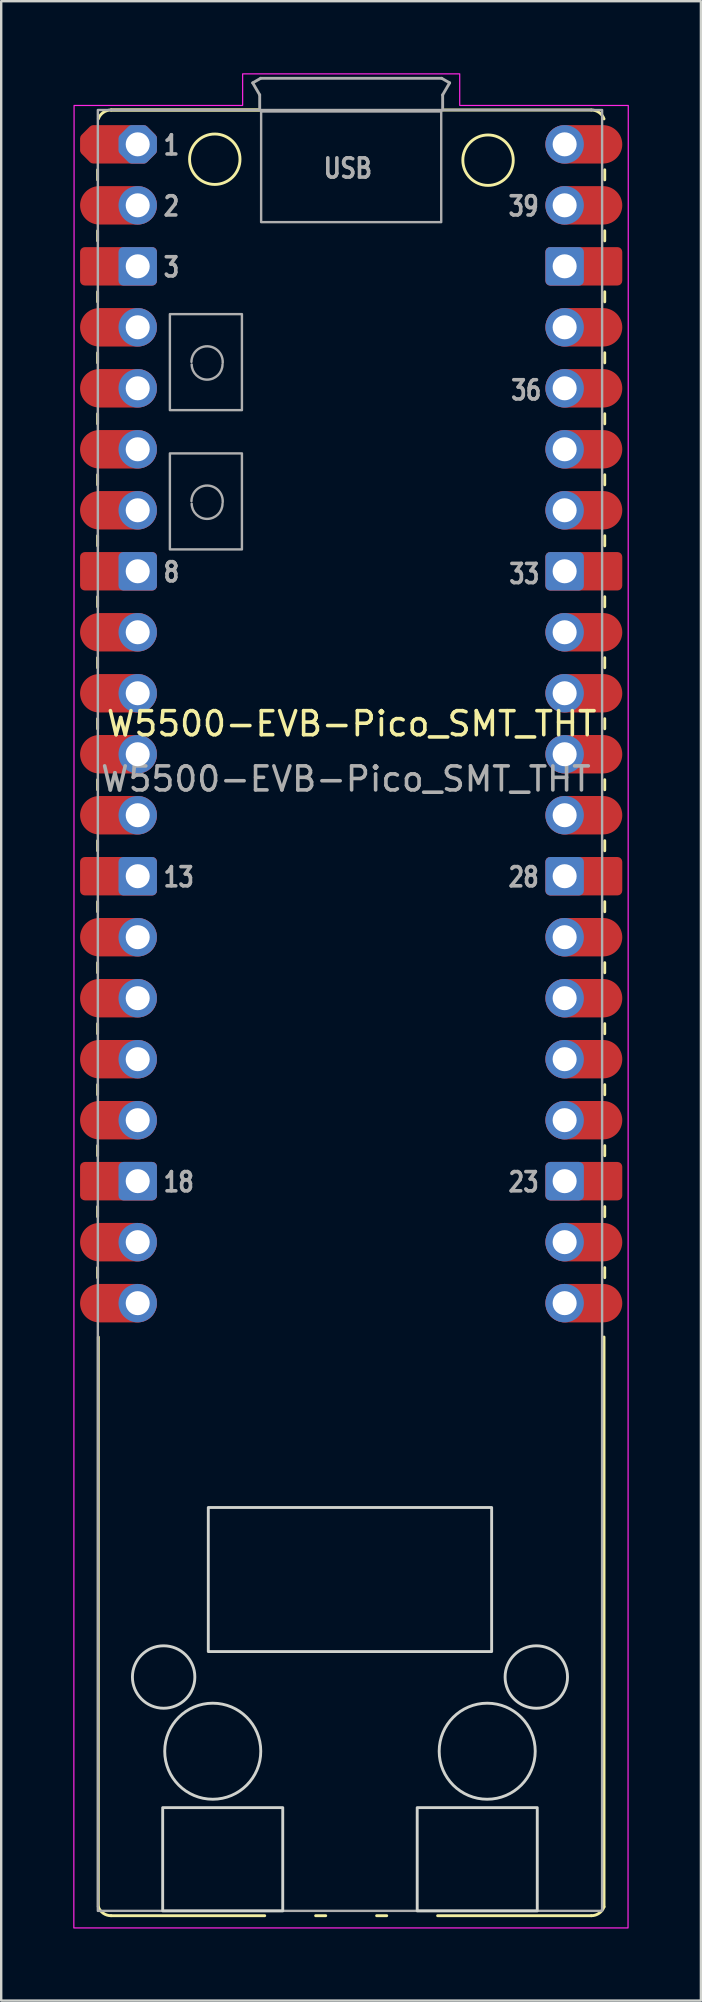
<source format=kicad_pcb>
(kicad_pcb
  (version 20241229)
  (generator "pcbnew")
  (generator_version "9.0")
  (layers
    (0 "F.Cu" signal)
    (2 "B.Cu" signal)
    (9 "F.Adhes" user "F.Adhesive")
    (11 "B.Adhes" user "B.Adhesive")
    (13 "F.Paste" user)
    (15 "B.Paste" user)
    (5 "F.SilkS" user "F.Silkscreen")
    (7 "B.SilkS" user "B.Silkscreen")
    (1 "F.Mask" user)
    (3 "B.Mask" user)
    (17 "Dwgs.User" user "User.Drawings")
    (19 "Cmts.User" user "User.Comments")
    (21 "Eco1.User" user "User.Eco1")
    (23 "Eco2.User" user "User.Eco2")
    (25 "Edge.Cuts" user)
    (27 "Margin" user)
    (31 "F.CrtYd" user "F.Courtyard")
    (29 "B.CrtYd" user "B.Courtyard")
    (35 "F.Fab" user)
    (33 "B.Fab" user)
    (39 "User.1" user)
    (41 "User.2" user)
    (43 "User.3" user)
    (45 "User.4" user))
  (footprint "W5500-EVB-Pico_SMT_THT"
    (layer "F.Cu")
    (at 1.025 1.531)
    (property "Reference" "W5500-EVB-Pico_SMT_THT" (at 10.57 25.56 0) (layer "F.SilkS") (effects (font (size 1 1) (thickness 0.15))))
    (attr through_hole)
    (fp_line (start -0.01 2.49) (end -0.01 2.91) (stroke (width 0.12) (type solid)) (layer "F.SilkS"))
    (fp_line (start -0.01 5.03) (end -0.01 5.45) (stroke (width 0.12) (type solid)) (layer "F.SilkS"))
    (fp_line (start -0.01 7.57) (end -0.01 7.99) (stroke (width 0.12) (type solid)) (layer "F.SilkS"))
    (fp_line (start -0.01 10.11) (end -0.01 10.53) (stroke (width 0.12) (type solid)) (layer "F.SilkS"))
    (fp_line (start -0.01 12.65) (end -0.01 13.07) (stroke (width 0.12) (type solid)) (layer "F.SilkS"))
    (fp_line (start -0.01 15.19) (end -0.01 15.61) (stroke (width 0.12) (type solid)) (layer "F.SilkS"))
    (fp_line (start -0.01 17.73) (end -0.01 18.15) (stroke (width 0.12) (type solid)) (layer "F.SilkS"))
    (fp_line (start -0.01 20.27) (end -0.01 20.69) (stroke (width 0.12) (type solid)) (layer "F.SilkS"))
    (fp_line (start -0.01 22.81) (end -0.01 23.23) (stroke (width 0.12) (type solid)) (layer "F.SilkS"))
    (fp_line (start -0.01 25.35) (end -0.01 25.77) (stroke (width 0.12) (type solid)) (layer "F.SilkS"))
    (fp_line (start -0.01 27.89) (end -0.01 28.31) (stroke (width 0.12) (type solid)) (layer "F.SilkS"))
    (fp_line (start -0.01 30.43) (end -0.01 30.85) (stroke (width 0.12) (type solid)) (layer "F.SilkS"))
    (fp_line (start -0.01 32.97) (end -0.01 33.39) (stroke (width 0.12) (type solid)) (layer "F.SilkS"))
    (fp_line (start -0.01 35.51) (end -0.01 35.93) (stroke (width 0.12) (type solid)) (layer "F.SilkS"))
    (fp_line (start -0.01 38.05) (end -0.01 38.47) (stroke (width 0.12) (type solid)) (layer "F.SilkS"))
    (fp_line (start -0.01 40.59) (end -0.01 41.01) (stroke (width 0.12) (type solid)) (layer "F.SilkS"))
    (fp_line (start -0.01 43.13) (end -0.01 43.55) (stroke (width 0.12) (type solid)) (layer "F.SilkS"))
    (fp_line (start -0.01 45.67) (end -0.01 46.09) (stroke (width 0.12) (type solid)) (layer "F.SilkS"))
    (fp_line (start -0.01 48.21) (end -0.01 48.63) (stroke (width 0.12) (type solid)) (layer "F.SilkS"))
    (fp_line (start 0.02 51.1) (end 0.02 74.83) (stroke (width 0.12) (type default)) (layer "F.SilkS"))
    (fp_line (start 0.55 0) (end 6.74 0) (stroke (width 0.12) (type solid)) (layer "F.SilkS"))
    (fp_line (start 0.55 75.2) (end 6.95 75.2) (stroke (width 0.12) (type solid)) (layer "F.SilkS"))
    (fp_line (start 6.74 0) (end 0.55 0) (stroke (width 0.12) (type solid)) (layer "F.SilkS"))
    (fp_line (start 9.07 75.2) (end 9.49 75.2) (stroke (width 0.12) (type solid)) (layer "F.SilkS"))
    (fp_line (start 11.61 75.2) (end 12.03 75.2) (stroke (width 0.12) (type solid)) (layer "F.SilkS"))
    (fp_line (start 14.15 75.2) (end 20.55 75.2) (stroke (width 0.12) (type solid)) (layer "F.SilkS"))
    (fp_line (start 20.55 0) (end 14.36 0) (stroke (width 0.12) (type solid)) (layer "F.SilkS"))
    (fp_line (start 21.08 51.1) (end 21.08 74.83) (stroke (width 0.12) (type default)) (layer "F.SilkS"))
    (fp_line (start 21.11 2.49) (end 21.11 2.91) (stroke (width 0.12) (type solid)) (layer "F.SilkS"))
    (fp_line (start 21.11 5.03) (end 21.11 5.45) (stroke (width 0.12) (type solid)) (layer "F.SilkS"))
    (fp_line (start 21.11 7.57) (end 21.11 7.99) (stroke (width 0.12) (type solid)) (layer "F.SilkS"))
    (fp_line (start 21.11 10.11) (end 21.11 10.53) (stroke (width 0.12) (type solid)) (layer "F.SilkS"))
    (fp_line (start 21.11 12.65) (end 21.11 13.07) (stroke (width 0.12) (type solid)) (layer "F.SilkS"))
    (fp_line (start 21.11 15.19) (end 21.11 15.61) (stroke (width 0.12) (type solid)) (layer "F.SilkS"))
    (fp_line (start 21.11 17.73) (end 21.11 18.15) (stroke (width 0.12) (type solid)) (layer "F.SilkS"))
    (fp_line (start 21.11 20.27) (end 21.11 20.69) (stroke (width 0.12) (type solid)) (layer "F.SilkS"))
    (fp_line (start 21.11 22.81) (end 21.11 23.23) (stroke (width 0.12) (type solid)) (layer "F.SilkS"))
    (fp_line (start 21.11 25.35) (end 21.11 25.77) (stroke (width 0.12) (type solid)) (layer "F.SilkS"))
    (fp_line (start 21.11 27.89) (end 21.11 28.31) (stroke (width 0.12) (type solid)) (layer "F.SilkS"))
    (fp_line (start 21.11 30.43) (end 21.11 30.85) (stroke (width 0.12) (type solid)) (layer "F.SilkS"))
    (fp_line (start 21.11 32.97) (end 21.11 33.39) (stroke (width 0.12) (type solid)) (layer "F.SilkS"))
    (fp_line (start 21.11 35.51) (end 21.11 35.93) (stroke (width 0.12) (type solid)) (layer "F.SilkS"))
    (fp_line (start 21.11 38.05) (end 21.11 38.47) (stroke (width 0.12) (type solid)) (layer "F.SilkS"))
    (fp_line (start 21.11 40.59) (end 21.11 41.01) (stroke (width 0.12) (type solid)) (layer "F.SilkS"))
    (fp_line (start 21.11 43.13) (end 21.11 43.55) (stroke (width 0.12) (type solid)) (layer "F.SilkS"))
    (fp_line (start 21.11 45.67) (end 21.11 46.09) (stroke (width 0.12) (type solid)) (layer "F.SilkS"))
    (fp_line (start 21.11 48.21) (end 21.11 48.63) (stroke (width 0.12) (type solid)) (layer "F.SilkS"))
    (fp_arc (start 0.02 0.37) (mid 0.226492 0.101192) (end 0.55 0) (stroke (width 0.12) (type solid)) (layer "F.SilkS"))
    (fp_arc (start 0.55 75.2) (mid 0.226492 75.098809) (end 0.02 74.83) (stroke (width 0.12) (type solid)) (layer "F.SilkS"))
    (fp_arc (start 20.55 0) (mid 20.873529 0.101177) (end 21.08 0.37) (stroke (width 0.12) (type solid)) (layer "F.SilkS"))
    (fp_arc (start 21.08 74.83) (mid 20.873497 75.098778) (end 20.55 75.2) (stroke (width 0.12) (type solid)) (layer "F.SilkS"))
    (fp_circle (center 4.87 2.05) (end 5.92 2.05) (stroke (width 0.12) (type solid)) (fill no) (layer "F.SilkS"))
    (fp_circle (center 16.25 2.09) (end 17.3 2.09) (stroke (width 0.12) (type solid)) (fill no) (layer "F.SilkS"))
    (fp_rect (start 2.7 70.7) (end 7.7 75) (stroke (width 0.12) (type default)) (fill no) (layer "Edge.Cuts"))
    (fp_rect (start 4.6 58.2) (end 16.4 64.2) (stroke (width 0.12) (type default)) (fill no) (layer "Edge.Cuts"))
    (fp_rect (start 13.3 70.7) (end 18.3 75) (stroke (width 0.12) (type default)) (fill no) (layer "Edge.Cuts"))
    (fp_circle (center 2.74 65.26) (end 4.04 65.26) (stroke (width 0.12) (type default)) (fill no) (layer "Edge.Cuts"))
    (fp_circle (center 4.785 68.35) (end 6.785 68.35) (stroke (width 0.12) (type default)) (fill no) (layer "Edge.Cuts"))
    (fp_circle (center 16.215 68.35) (end 18.215 68.35) (stroke (width 0.12) (type default)) (fill no) (layer "Edge.Cuts"))
    (fp_circle (center 18.26 65.26) (end 19.56 65.26) (stroke (width 0.12) (type default)) (fill no) (layer "Edge.Cuts"))
    (fp_poly (pts (xy 15.07 -0.19) (xy 22.09 -0.19) (xy 22.08 75.71) (xy -1 75.71) (xy -0.99 -0.19) (xy 6.03 -0.19) (xy 6.03 -1.506) (xy 15.07 -1.506)) (stroke (width 0.05) (type solid)) (fill no) (layer "F.CrtYd"))
    (fp_line (start 6.45 -1.13) (end 6.78 -1.32) (stroke (width 0.12) (type solid)) (layer "F.Fab"))
    (fp_line (start 6.74 -0.63) (end 6.45 -1.13) (stroke (width 0.12) (type solid)) (layer "F.Fab"))
    (fp_line (start 6.74 0) (end 6.74 -0.63) (stroke (width 0.12) (type solid)) (layer "F.Fab"))
    (fp_line (start 6.78 -1.32) (end 14.32 -1.32) (stroke (width 0.12) (type solid)) (layer "F.Fab"))
    (fp_line (start 14.32 -1.32) (end 14.65 -1.13) (stroke (width 0.12) (type solid)) (layer "F.Fab"))
    (fp_line (start 14.36 -0.63) (end 14.36 0) (stroke (width 0.12) (type solid)) (layer "F.Fab"))
    (fp_line (start 14.65 -1.13) (end 14.36 -0.63) (stroke (width 0.12) (type solid)) (layer "F.Fab"))
    (fp_rect (start 0 0) (end 21 75) (stroke (width 0.1) (type default)) (fill no) (layer "F.Fab"))
    (fp_rect (start 3 8.5) (end 6 12.5) (stroke (width 0.1) (type solid)) (fill no) (layer "F.Fab"))
    (fp_rect (start 3 14.3) (end 6 18.3) (stroke (width 0.1) (type solid)) (fill no) (layer "F.Fab"))
    (fp_rect (start 6.8 0.06) (end 14.3 4.67) (stroke (width 0.1) (type solid)) (fill no) (layer "F.Fab"))
    (fp_arc (start 3.898771 10.490922) (mid 4.570009 9.84) (end 5.199999 10.530922) (stroke (width 0.1) (type solid)) (layer "F.Fab"))
    (fp_arc (start 3.898771 16.290922) (mid 4.570009 15.639999) (end 5.199999 16.330922) (stroke (width 0.1) (type solid)) (layer "F.Fab"))
    (fp_arc (start 5.19195 10.59805) (mid 4.55 11.24) (end 3.90805 10.59805) (stroke (width 0.1) (type solid)) (layer "F.Fab"))
    (fp_arc (start 5.19195 16.39805) (mid 4.55 17.04) (end 3.90805 16.39805) (stroke (width 0.1) (type solid)) (layer "F.Fab"))
    (fp_text user "23" (at 18.44 44.648 0) (unlocked yes) (layer "F.Fab") (effects (font (size 0.8 0.64) (thickness 0.15)) (justify right)))
    (fp_text user "${REFERENCE}" (at 10.33 27.86 0) (unlocked yes) (layer "F.Fab") (effects (font (size 1 1) (thickness 0.15))))
    (fp_text user "39" (at 18.44 4.008 0) (unlocked yes) (layer "F.Fab") (effects (font (size 0.8 0.64) (thickness 0.15)) (justify right)))
    (fp_text user "2" (at 2.66 4.008 0) (unlocked yes) (layer "F.Fab") (effects (font (size 0.8 0.64) (thickness 0.15)) (justify left)))
    (fp_text user "USB" (at 10.41 2.43 0) (unlocked yes) (layer "F.Fab") (effects (font (size 0.8 0.66) (thickness 0.15))))
    (fp_text user "8" (at 2.66 19.248 0) (unlocked yes) (layer "F.Fab") (effects (font (size 0.8 0.64) (thickness 0.15)) (justify left)))
    (fp_text user "36" (at 17.84 11.67 0) (unlocked yes) (layer "F.Fab") (effects (font (size 0.8 0.64) (thickness 0.15))))
    (fp_text user "33" (at 17.76 19.32 0) (unlocked yes) (layer "F.Fab") (effects (font (size 0.8 0.64) (thickness 0.15))))
    (fp_text user "1" (at 2.66 1.468 0) (unlocked yes) (layer "F.Fab") (effects (font (size 0.8 0.64) (thickness 0.15)) (justify left)))
    (fp_text user "28" (at 18.44 31.948 0) (unlocked yes) (layer "F.Fab") (effects (font (size 0.8 0.64) (thickness 0.15)) (justify right)))
    (fp_text user "13" (at 2.66 31.948 0) (unlocked yes) (layer "F.Fab") (effects (font (size 0.8 0.64) (thickness 0.15)) (justify left)))
    (fp_text user "3" (at 2.66 6.548 0) (unlocked yes) (layer "F.Fab") (effects (font (size 0.8 0.64) (thickness 0.15)) (justify left)))
    (fp_text user "18" (at 2.66 44.648 0) (unlocked yes) (layer "F.Fab") (effects (font (size 0.8 0.64) (thickness 0.15)) (justify left)))
    (pad "1" smd custom (at 0.06 1.43) (size 1.6 1.6) (layers "F.Cu" "F.Mask") (options (anchor circle)) (primitives (gr_poly (pts (xy 2.2 0.249) (xy 1.849 0.6) (xy -0.249 0.6) (xy -0.6 0.249) (xy -0.6 -0.249) (xy -0.249 -0.6) (xy 1.849 -0.6) (xy 2.2 -0.249)) (width 0.4) (fill yes))))
    (pad "1" thru_hole custom (at 1.66 1.43) (size 1.6 1.6) (drill 1) (layers "*.Cu" "*.Mask") (options (anchor circle)) (primitives (gr_poly (pts (xy 0.6 0.249) (xy 0.249 0.6) (xy -0.249 0.6) (xy -0.6 0.249) (xy -0.6 -0.249) (xy -0.249 -0.6) (xy 0.249 -0.6) (xy 0.6 -0.249)) (width 0.4) (fill yes))))
    (pad "2" smd oval (at 0.06 3.97) (size 3.2 1.6) (drill (offset 0.8 0)) (layers "F.Cu" "F.Mask"))
    (pad "2" thru_hole circle (at 1.66 3.97) (size 1.6 1.6) (drill 1) (layers "*.Cu" "*.Mask"))
    (pad "3" smd roundrect (at 0.06 6.51) (size 3.2 1.6) (drill (offset 0.8 0)) (layers "F.Cu" "F.Mask") (roundrect_rratio 0.125))
    (pad "3" thru_hole roundrect (at 1.66 6.51) (size 1.6 1.6) (drill 1) (layers "*.Cu" "*.Mask") (roundrect_rratio 0.125))
    (pad "4" smd oval (at 0.06 9.05) (size 3.2 1.6) (drill (offset 0.8 0)) (layers "F.Cu" "F.Mask"))
    (pad "4" thru_hole circle (at 1.66 9.05) (size 1.6 1.6) (drill 1) (layers "*.Cu" "*.Mask"))
    (pad "5" smd oval (at 0.06 11.59) (size 3.2 1.6) (drill (offset 0.8 0)) (layers "F.Cu" "F.Mask"))
    (pad "5" thru_hole circle (at 1.66 11.59) (size 1.6 1.6) (drill 1) (layers "*.Cu" "*.Mask"))
    (pad "6" smd oval (at 0.06 14.13) (size 3.2 1.6) (drill (offset 0.8 0)) (layers "F.Cu" "F.Mask"))
    (pad "6" thru_hole circle (at 1.66 14.13) (size 1.6 1.6) (drill 1) (layers "*.Cu" "*.Mask"))
    (pad "7" smd oval (at 0.06 16.67) (size 3.2 1.6) (drill (offset 0.8 0)) (layers "F.Cu" "F.Mask"))
    (pad "7" thru_hole circle (at 1.66 16.67) (size 1.6 1.6) (drill 1) (layers "*.Cu" "*.Mask"))
    (pad "8" smd roundrect (at 0.06 19.21) (size 3.2 1.6) (drill (offset 0.8 0)) (layers "F.Cu" "F.Mask") (roundrect_rratio 0.125))
    (pad "8" thru_hole roundrect (at 1.66 19.21) (size 1.6 1.6) (drill 1) (layers "*.Cu" "*.Mask") (roundrect_rratio 0.125))
    (pad "9" smd oval (at 0.06 21.75) (size 3.2 1.6) (drill (offset 0.8 0)) (layers "F.Cu" "F.Mask"))
    (pad "9" thru_hole circle (at 1.66 21.75) (size 1.6 1.6) (drill 1) (layers "*.Cu" "*.Mask"))
    (pad "10" smd oval (at 0.06 24.29) (size 3.2 1.6) (drill (offset 0.8 0)) (layers "F.Cu" "F.Mask"))
    (pad "10" thru_hole circle (at 1.66 24.29) (size 1.6 1.6) (drill 1) (layers "*.Cu" "*.Mask"))
    (pad "11" smd oval (at 0.06 26.83) (size 3.2 1.6) (drill (offset 0.8 0)) (layers "F.Cu" "F.Mask"))
    (pad "11" thru_hole circle (at 1.66 26.83) (size 1.6 1.6) (drill 1) (layers "*.Cu" "*.Mask"))
    (pad "12" smd oval (at 0.06 29.37) (size 3.2 1.6) (drill (offset 0.8 0)) (layers "F.Cu" "F.Mask"))
    (pad "12" thru_hole circle (at 1.66 29.37) (size 1.6 1.6) (drill 1) (layers "*.Cu" "*.Mask"))
    (pad "13" smd roundrect (at 0.06 31.91) (size 3.2 1.6) (drill (offset 0.8 0)) (layers "F.Cu" "F.Mask") (roundrect_rratio 0.125))
    (pad "13" thru_hole roundrect (at 1.66 31.91) (size 1.6 1.6) (drill 1) (layers "*.Cu" "*.Mask") (roundrect_rratio 0.125))
    (pad "14" smd oval (at 0.06 34.45) (size 3.2 1.6) (drill (offset 0.8 0)) (layers "F.Cu" "F.Mask"))
    (pad "14" thru_hole circle (at 1.66 34.45) (size 1.6 1.6) (drill 1) (layers "*.Cu" "*.Mask"))
    (pad "15" smd oval (at 0.06 36.99) (size 3.2 1.6) (drill (offset 0.8 0)) (layers "F.Cu" "F.Mask"))
    (pad "15" thru_hole circle (at 1.66 36.99) (size 1.6 1.6) (drill 1) (layers "*.Cu" "*.Mask"))
    (pad "16" smd oval (at 0.06 39.53) (size 3.2 1.6) (drill (offset 0.8 0)) (layers "F.Cu" "F.Mask"))
    (pad "16" thru_hole circle (at 1.66 39.53) (size 1.6 1.6) (drill 1) (layers "*.Cu" "*.Mask"))
    (pad "17" smd oval (at 0.06 42.07) (size 3.2 1.6) (drill (offset 0.8 0)) (layers "F.Cu" "F.Mask"))
    (pad "17" thru_hole circle (at 1.66 42.07) (size 1.6 1.6) (drill 1) (layers "*.Cu" "*.Mask"))
    (pad "18" smd roundrect (at 0.06 44.61) (size 3.2 1.6) (drill (offset 0.8 0)) (layers "F.Cu" "F.Mask") (roundrect_rratio 0.125))
    (pad "18" thru_hole roundrect (at 1.66 44.61) (size 1.6 1.6) (drill 1) (layers "*.Cu" "*.Mask") (roundrect_rratio 0.125))
    (pad "19" smd oval (at 0.06 47.15) (size 3.2 1.6) (drill (offset 0.8 0)) (layers "F.Cu" "F.Mask"))
    (pad "19" thru_hole circle (at 1.66 47.15) (size 1.6 1.6) (drill 1) (layers "*.Cu" "*.Mask"))
    (pad "20" smd oval (at 0.06 49.69) (size 3.2 1.6) (drill (offset 0.8 0)) (layers "F.Cu" "F.Mask"))
    (pad "20" thru_hole circle (at 1.66 49.69) (size 1.6 1.6) (drill 1) (layers "*.Cu" "*.Mask"))
    (pad "21" thru_hole circle (at 19.44 49.69) (size 1.6 1.6) (drill 1) (layers "*.Cu" "*.Mask"))
    (pad "21" smd oval (at 21.04 49.69) (size 3.2 1.6) (drill (offset -0.8 0)) (layers "F.Cu" "F.Mask"))
    (pad "22" thru_hole circle (at 19.44 47.15) (size 1.6 1.6) (drill 1) (layers "*.Cu" "*.Mask"))
    (pad "22" smd oval (at 21.04 47.15) (size 3.2 1.6) (drill (offset -0.8 0)) (layers "F.Cu" "F.Mask"))
    (pad "23" thru_hole roundrect (at 19.44 44.61) (size 1.6 1.6) (drill 1) (layers "*.Cu" "*.Mask") (roundrect_rratio 0.125))
    (pad "23" smd roundrect (at 21.04 44.61) (size 3.2 1.6) (drill (offset -0.8 0)) (layers "F.Cu" "F.Mask") (roundrect_rratio 0.125))
    (pad "24" thru_hole circle (at 19.44 42.07) (size 1.6 1.6) (drill 1) (layers "*.Cu" "*.Mask"))
    (pad "24" smd oval (at 21.04 42.07) (size 3.2 1.6) (drill (offset -0.8 0)) (layers "F.Cu" "F.Mask"))
    (pad "25" thru_hole circle (at 19.44 39.53) (size 1.6 1.6) (drill 1) (layers "*.Cu" "*.Mask"))
    (pad "25" smd oval (at 21.04 39.53) (size 3.2 1.6) (drill (offset -0.8 0)) (layers "F.Cu" "F.Mask"))
    (pad "26" thru_hole circle (at 19.44 36.99) (size 1.6 1.6) (drill 1) (layers "*.Cu" "*.Mask"))
    (pad "26" smd oval (at 21.04 36.99) (size 3.2 1.6) (drill (offset -0.8 0)) (layers "F.Cu" "F.Mask"))
    (pad "27" thru_hole circle (at 19.44 34.45) (size 1.6 1.6) (drill 1) (layers "*.Cu" "*.Mask"))
    (pad "27" smd oval (at 21.04 34.45) (size 3.2 1.6) (drill (offset -0.8 0)) (layers "F.Cu" "F.Mask"))
    (pad "28" thru_hole roundrect (at 19.44 31.91) (size 1.6 1.6) (drill 1) (layers "*.Cu" "*.Mask") (roundrect_rratio 0.125))
    (pad "28" smd roundrect (at 21.04 31.91) (size 3.2 1.6) (drill (offset -0.8 0)) (layers "F.Cu" "F.Mask") (roundrect_rratio 0.125))
    (pad "29" thru_hole circle (at 19.44 29.37) (size 1.6 1.6) (drill 1) (layers "*.Cu" "*.Mask"))
    (pad "29" smd oval (at 21.04 29.37) (size 3.2 1.6) (drill (offset -0.8 0)) (layers "F.Cu" "F.Mask"))
    (pad "30" thru_hole circle (at 19.44 26.83) (size 1.6 1.6) (drill 1) (layers "*.Cu" "*.Mask"))
    (pad "30" smd oval (at 21.04 26.83) (size 3.2 1.6) (drill (offset -0.8 0)) (layers "F.Cu" "F.Mask"))
    (pad "31" thru_hole circle (at 19.44 24.29) (size 1.6 1.6) (drill 1) (layers "*.Cu" "*.Mask"))
    (pad "31" smd oval (at 21.04 24.29) (size 3.2 1.6) (drill (offset -0.8 0)) (layers "F.Cu" "F.Mask"))
    (pad "32" thru_hole circle (at 19.44 21.75) (size 1.6 1.6) (drill 1) (layers "*.Cu" "*.Mask"))
    (pad "32" smd oval (at 21.04 21.75) (size 3.2 1.6) (drill (offset -0.8 0)) (layers "F.Cu" "F.Mask"))
    (pad "33" thru_hole roundrect (at 19.44 19.21) (size 1.6 1.6) (drill 1) (layers "*.Cu" "*.Mask") (roundrect_rratio 0.125))
    (pad "33" smd roundrect (at 21.04 19.21) (size 3.2 1.6) (drill (offset -0.8 0)) (layers "F.Cu" "F.Mask") (roundrect_rratio 0.125))
    (pad "34" thru_hole circle (at 19.44 16.67) (size 1.6 1.6) (drill 1) (layers "*.Cu" "*.Mask"))
    (pad "34" smd oval (at 21.04 16.67) (size 3.2 1.6) (drill (offset -0.8 0)) (layers "F.Cu" "F.Mask"))
    (pad "35" thru_hole circle (at 19.44 14.13) (size 1.6 1.6) (drill 1) (layers "*.Cu" "*.Mask"))
    (pad "35" smd oval (at 21.04 14.13) (size 3.2 1.6) (drill (offset -0.8 0)) (layers "F.Cu" "F.Mask"))
    (pad "36" thru_hole circle (at 19.44 11.59) (size 1.6 1.6) (drill 1) (layers "*.Cu" "*.Mask"))
    (pad "36" smd oval (at 21.04 11.59) (size 3.2 1.6) (drill (offset -0.8 0)) (layers "F.Cu" "F.Mask"))
    (pad "37" thru_hole circle (at 19.44 9.05) (size 1.6 1.6) (drill 1) (layers "*.Cu" "*.Mask"))
    (pad "37" smd oval (at 21.04 9.05) (size 3.2 1.6) (drill (offset -0.8 0)) (layers "F.Cu" "F.Mask"))
    (pad "38" thru_hole roundrect (at 19.44 6.51) (size 1.6 1.6) (drill 1) (layers "*.Cu" "*.Mask") (roundrect_rratio 0.125))
    (pad "38" smd roundrect (at 21.04 6.51) (size 3.2 1.6) (drill (offset -0.8 0)) (layers "F.Cu" "F.Mask") (roundrect_rratio 0.125))
    (pad "39" thru_hole circle (at 19.44 3.97) (size 1.6 1.6) (drill 1) (layers "*.Cu" "*.Mask"))
    (pad "39" smd oval (at 21.04 3.97) (size 3.2 1.6) (drill (offset -0.8 0)) (layers "F.Cu" "F.Mask"))
    (pad "40" thru_hole circle (at 19.44 1.43) (size 1.6 1.6) (drill 1) (layers "*.Cu" "*.Mask"))
    (pad "40" smd oval (at 21.04 1.43) (size 3.2 1.6) (drill (offset -0.8 0)) (layers "F.Cu" "F.Mask")))
  (gr_rect
    (start -3 -3)
    (end 26.14 80.266)
    (stroke (width 0.1) (type default))
    (fill no)
    (layer "Edge.Cuts")))
</source>
